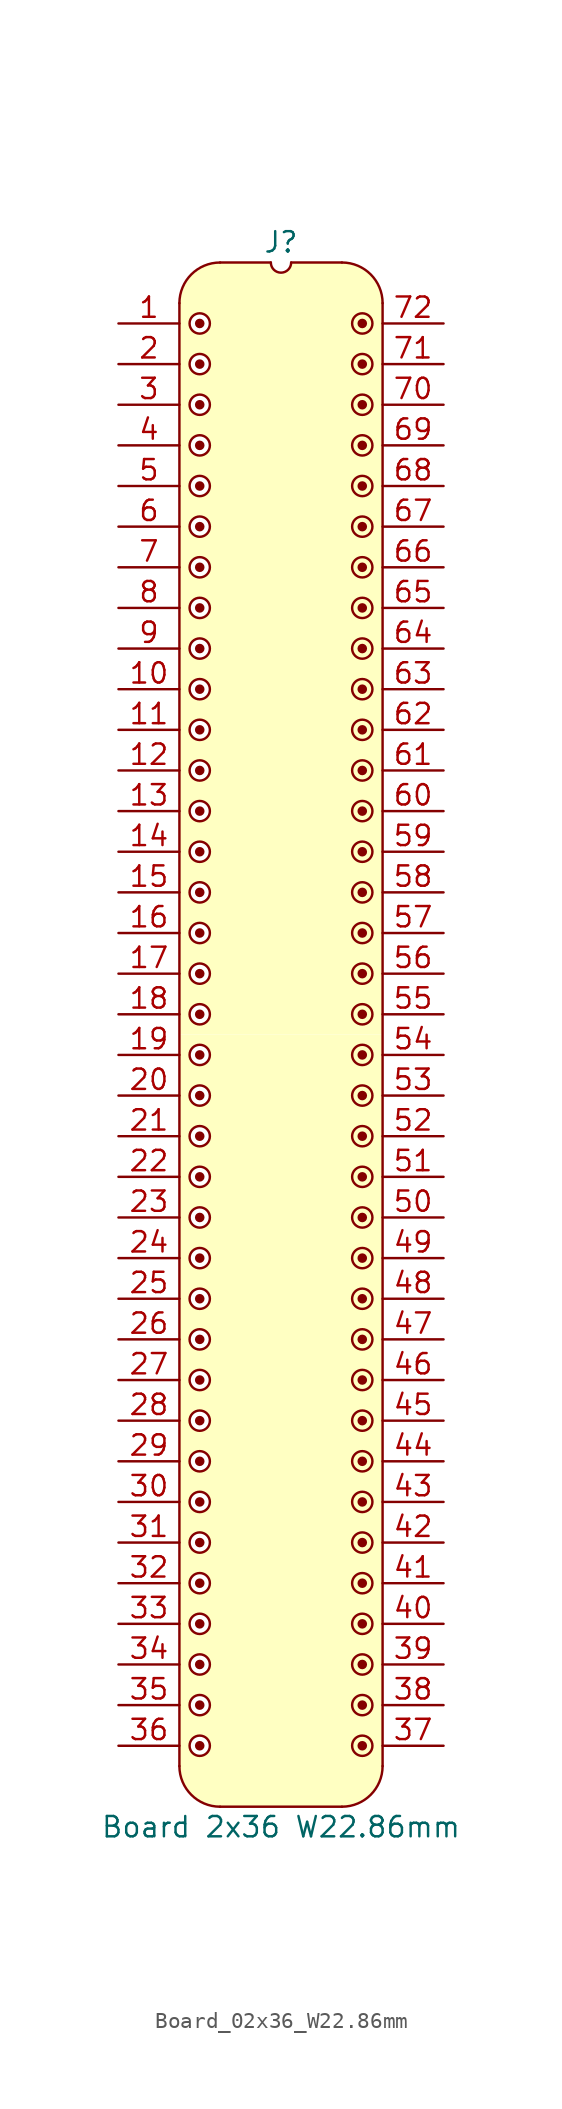
<source format=kicad_sym>
(kicad_symbol_lib
  (version 20241209)
  (generator "kicad_symbol_editor")
  (generator_version "9.0")
  (symbol "Board_02x36_W22.86mm"
    (pin_names
      (offset 1.016)
      (hide yes))
    (property "Reference" "J"
      (at 0 5.08 0)
      (effects (font (size 1.27 1.27))))
    (property "Value" "Board 2x36 W22.86mm"
      (at 0 -93.98 0)
      (effects (font (size 1.27 1.27))))
    (symbol "Board_02x36_W22.86mm_0_1"
      (polyline (pts (xy -6.35 1.27) (xy -6.35 -90.17)) (stroke (width 0) (type default)) (fill (type none)))
      (arc (start -3.8102 -92.7098) (mid -5.6063 -91.9659) (end -6.3502 -90.1698) (stroke (width 0) (type default)) (fill (type none)))
      (arc (start -6.35 1.27) (mid -5.6061 3.0661) (end -3.81 3.81) (stroke (width 0) (type default)) (fill (type none)))
      (polyline (pts (xy -3.81 3.81) (xy -0.635 3.81)) (stroke (width 0) (type default)) (fill (type none)))
      (arc (start 0.635 3.81) (mid 0 3.175) (end -0.635 3.81) (stroke (width 0) (type default)) (fill (type none)))
      (polyline (pts (xy 0.635 3.81) (xy 3.81 3.81)) (stroke (width 0) (type default)) (fill (type none)))
      (polyline (pts (xy 3.81 -92.71) (xy -3.81 -92.71)) (stroke (width 0) (type default)) (fill (type none)))
      (arc (start 3.81 3.81) (mid 5.6061 3.0661) (end 6.35 1.27) (stroke (width 0) (type default)) (fill (type none)))
      (arc (start 6.3498 -90.1698) (mid 5.6059 -91.9659) (end 3.8098 -92.7098) (stroke (width 0) (type default)) (fill (type none)))
      (polyline (pts (xy 6.35 -90.17) (xy 6.35 1.27)) (stroke (width 0) (type default)) (fill (type none))))
    (symbol "Board_02x36_W22.86mm_1_1"
      (polyline (pts (xy -6.35 1.27) (xy -6.096 2.286) (xy -5.588 3.048) (xy -4.826 3.556) (xy -4.064 3.81) (xy -0.762 3.81) (xy -0.508 3.302) (xy 0 3.048) (xy 0 -44.45) (xy -6.35 -44.45) (xy -6.35 1.27)) (stroke (width -0.0001) (type solid)) (fill (type background)))
      (polyline (pts (xy -6.35 -44.45) (xy 0 -44.45) (xy 0 -92.71) (xy -3.81 -92.71) (xy -4.826 -92.456) (xy -5.588 -91.948) (xy -6.096 -91.186) (xy -6.35 -90.17) (xy -6.35 -49.53)) (stroke (width -0.0001) (type solid)) (fill (type background)))
      (circle (center -5.08 0) (radius 0.0001) (stroke (width 0.3) (type solid)) (fill (type none)))
      (circle (center -5.08 0) (radius 0.635) (stroke (width 0) (type solid)) (fill (type color) (color 255 255 255 1)))
      (circle (center -5.08 -2.54) (radius 0.0001) (stroke (width 0.3) (type solid)) (fill (type none)))
      (circle (center -5.08 -2.54) (radius 0.635) (stroke (width 0) (type solid)) (fill (type color) (color 255 255 255 1)))
      (circle (center -5.08 -5.08) (radius 0.0001) (stroke (width 0.3) (type solid)) (fill (type none)))
      (circle (center -5.08 -5.08) (radius 0.635) (stroke (width 0) (type solid)) (fill (type color) (color 255 255 255 1)))
      (circle (center -5.08 -7.62) (radius 0.0001) (stroke (width 0.3) (type solid)) (fill (type none)))
      (circle (center -5.08 -7.62) (radius 0.635) (stroke (width 0) (type solid)) (fill (type color) (color 255 255 255 1)))
      (circle (center -5.08 -10.16) (radius 0.0001) (stroke (width 0.3) (type solid)) (fill (type none)))
      (circle (center -5.08 -10.16) (radius 0.635) (stroke (width 0) (type solid)) (fill (type color) (color 255 255 255 1)))
      (circle (center -5.08 -12.7) (radius 0.0001) (stroke (width 0.3) (type solid)) (fill (type none)))
      (circle (center -5.08 -12.7) (radius 0.635) (stroke (width 0) (type solid)) (fill (type color) (color 255 255 255 1)))
      (circle (center -5.08 -15.24) (radius 0.0001) (stroke (width 0.3) (type solid)) (fill (type none)))
      (circle (center -5.08 -15.24) (radius 0.635) (stroke (width 0) (type solid)) (fill (type color) (color 255 255 255 1)))
      (circle (center -5.08 -17.78) (radius 0.0001) (stroke (width 0.3) (type solid)) (fill (type none)))
      (circle (center -5.08 -17.78) (radius 0.635) (stroke (width 0) (type solid)) (fill (type color) (color 255 255 255 1)))
      (circle (center -5.08 -20.32) (radius 0.0001) (stroke (width 0.3) (type solid)) (fill (type none)))
      (circle (center -5.08 -20.32) (radius 0.635) (stroke (width 0) (type solid)) (fill (type color) (color 255 255 255 1)))
      (circle (center -5.08 -22.86) (radius 0.0001) (stroke (width 0.3) (type solid)) (fill (type none)))
      (circle (center -5.08 -22.86) (radius 0.635) (stroke (width 0) (type solid)) (fill (type color) (color 255 255 255 1)))
      (circle (center -5.08 -25.4) (radius 0.0001) (stroke (width 0.3) (type solid)) (fill (type none)))
      (circle (center -5.08 -25.4) (radius 0.635) (stroke (width 0) (type solid)) (fill (type color) (color 255 255 255 1)))
      (circle (center -5.08 -27.94) (radius 0.0001) (stroke (width 0.3) (type solid)) (fill (type none)))
      (circle (center -5.08 -27.94) (radius 0.635) (stroke (width 0) (type solid)) (fill (type color) (color 255 255 255 1)))
      (circle (center -5.08 -30.48) (radius 0.0001) (stroke (width 0.3) (type solid)) (fill (type none)))
      (circle (center -5.08 -30.48) (radius 0.635) (stroke (width 0) (type solid)) (fill (type color) (color 255 255 255 1)))
      (circle (center -5.08 -33.02) (radius 0.0001) (stroke (width 0.3) (type solid)) (fill (type none)))
      (circle (center -5.08 -33.02) (radius 0.635) (stroke (width 0) (type solid)) (fill (type color) (color 255 255 255 1)))
      (circle (center -5.08 -35.56) (radius 0.0001) (stroke (width 0.3) (type solid)) (fill (type none)))
      (circle (center -5.08 -35.56) (radius 0.635) (stroke (width 0) (type solid)) (fill (type color) (color 255 255 255 1)))
      (circle (center -5.08 -38.1) (radius 0.0001) (stroke (width 0.3) (type solid)) (fill (type none)))
      (circle (center -5.08 -38.1) (radius 0.635) (stroke (width 0) (type solid)) (fill (type color) (color 255 255 255 1)))
      (circle (center -5.08 -40.64) (radius 0.0001) (stroke (width 0.3) (type solid)) (fill (type none)))
      (circle (center -5.08 -40.64) (radius 0.635) (stroke (width 0) (type solid)) (fill (type color) (color 255 255 255 1)))
      (circle (center -5.08 -43.18) (radius 0.0001) (stroke (width 0.3) (type solid)) (fill (type none)))
      (circle (center -5.08 -43.18) (radius 0.635) (stroke (width 0) (type solid)) (fill (type color) (color 255 255 255 1)))
      (circle (center -5.08 -45.72) (radius 0.0001) (stroke (width 0.3) (type solid)) (fill (type none)))
      (circle (center -5.08 -45.72) (radius 0.635) (stroke (width 0) (type solid)) (fill (type color) (color 255 255 255 1)))
      (circle (center -5.08 -48.26) (radius 0.0001) (stroke (width 0.3) (type solid)) (fill (type none)))
      (circle (center -5.08 -48.26) (radius 0.635) (stroke (width 0) (type solid)) (fill (type color) (color 255 255 255 1)))
      (circle (center -5.08 -50.8) (radius 0.0001) (stroke (width 0.3) (type solid)) (fill (type none)))
      (circle (center -5.08 -50.8) (radius 0.635) (stroke (width 0) (type solid)) (fill (type color) (color 255 255 255 1)))
      (circle (center -5.08 -53.34) (radius 0.0001) (stroke (width 0.3) (type solid)) (fill (type none)))
      (circle (center -5.08 -53.34) (radius 0.635) (stroke (width 0) (type solid)) (fill (type color) (color 255 255 255 1)))
      (circle (center -5.08 -55.88) (radius 0.0001) (stroke (width 0.3) (type solid)) (fill (type none)))
      (circle (center -5.08 -55.88) (radius 0.635) (stroke (width 0) (type solid)) (fill (type color) (color 255 255 255 1)))
      (circle (center -5.08 -58.42) (radius 0.0001) (stroke (width 0.3) (type solid)) (fill (type none)))
      (circle (center -5.08 -58.42) (radius 0.635) (stroke (width 0) (type solid)) (fill (type color) (color 255 255 255 1)))
      (circle (center -5.08 -60.96) (radius 0.0001) (stroke (width 0.3) (type solid)) (fill (type none)))
      (circle (center -5.08 -60.96) (radius 0.635) (stroke (width 0) (type solid)) (fill (type color) (color 255 255 255 1)))
      (circle (center -5.08 -63.5) (radius 0.0001) (stroke (width 0.3) (type solid)) (fill (type none)))
      (circle (center -5.08 -63.5) (radius 0.635) (stroke (width 0) (type solid)) (fill (type color) (color 255 255 255 1)))
      (circle (center -5.08 -66.04) (radius 0.0001) (stroke (width 0.3) (type solid)) (fill (type none)))
      (circle (center -5.08 -66.04) (radius 0.635) (stroke (width 0) (type solid)) (fill (type color) (color 255 255 255 1)))
      (circle (center -5.08 -68.58) (radius 0.0001) (stroke (width 0.3) (type solid)) (fill (type none)))
      (circle (center -5.08 -68.58) (radius 0.635) (stroke (width 0) (type solid)) (fill (type color) (color 255 255 255 1)))
      (circle (center -5.08 -71.12) (radius 0.0001) (stroke (width 0.3) (type solid)) (fill (type none)))
      (circle (center -5.08 -71.12) (radius 0.635) (stroke (width 0) (type solid)) (fill (type color) (color 255 255 255 1)))
      (circle (center -5.08 -73.66) (radius 0.0001) (stroke (width 0.3) (type solid)) (fill (type none)))
      (circle (center -5.08 -73.66) (radius 0.635) (stroke (width 0) (type solid)) (fill (type color) (color 255 255 255 1)))
      (circle (center -5.08 -76.2) (radius 0.0001) (stroke (width 0.3) (type solid)) (fill (type none)))
      (circle (center -5.08 -76.2) (radius 0.635) (stroke (width 0) (type solid)) (fill (type color) (color 255 255 255 1)))
      (circle (center -5.08 -78.74) (radius 0.0001) (stroke (width 0.3) (type solid)) (fill (type none)))
      (circle (center -5.08 -78.74) (radius 0.635) (stroke (width 0) (type solid)) (fill (type color) (color 255 255 255 1)))
      (circle (center -5.08 -81.28) (radius 0.0001) (stroke (width 0.3) (type solid)) (fill (type none)))
      (circle (center -5.08 -81.28) (radius 0.635) (stroke (width 0) (type solid)) (fill (type color) (color 255 255 255 1)))
      (circle (center -5.08 -83.82) (radius 0.0001) (stroke (width 0.3) (type solid)) (fill (type none)))
      (circle (center -5.08 -83.82) (radius 0.635) (stroke (width 0) (type solid)) (fill (type color) (color 255 255 255 1)))
      (circle (center -5.08 -86.36) (radius 0.0001) (stroke (width 0.3) (type solid)) (fill (type none)))
      (circle (center -5.08 -86.36) (radius 0.635) (stroke (width 0) (type solid)) (fill (type color) (color 255 255 255 1)))
      (circle (center -5.08 -88.9) (radius 0.0001) (stroke (width 0.3) (type solid)) (fill (type none)))
      (circle (center -5.08 -88.9) (radius 0.635) (stroke (width 0) (type solid)) (fill (type color) (color 255 255 255 1)))
      (circle (center 5.08 0) (radius 0.0001) (stroke (width 0.3) (type solid)) (fill (type none)))
      (circle (center 5.08 0) (radius 0.635) (stroke (width 0) (type solid)) (fill (type color) (color 255 255 255 1)))
      (circle (center 5.08 -2.54) (radius 0.0001) (stroke (width 0.3) (type solid)) (fill (type none)))
      (circle (center 5.08 -2.54) (radius 0.635) (stroke (width 0) (type solid)) (fill (type color) (color 255 255 255 1)))
      (circle (center 5.08 -5.08) (radius 0.0001) (stroke (width 0.3) (type solid)) (fill (type none)))
      (circle (center 5.08 -5.08) (radius 0.635) (stroke (width 0) (type solid)) (fill (type color) (color 255 255 255 1)))
      (circle (center 5.08 -7.62) (radius 0.0001) (stroke (width 0.3) (type solid)) (fill (type none)))
      (circle (center 5.08 -7.62) (radius 0.635) (stroke (width 0) (type solid)) (fill (type color) (color 255 255 255 1)))
      (circle (center 5.08 -10.16) (radius 0.0001) (stroke (width 0.3) (type solid)) (fill (type none)))
      (circle (center 5.08 -10.16) (radius 0.635) (stroke (width 0) (type solid)) (fill (type color) (color 255 255 255 1)))
      (circle (center 5.08 -12.7) (radius 0.0001) (stroke (width 0.3) (type solid)) (fill (type none)))
      (circle (center 5.08 -12.7) (radius 0.635) (stroke (width 0) (type solid)) (fill (type color) (color 255 255 255 1)))
      (circle (center 5.08 -15.24) (radius 0.0001) (stroke (width 0.3) (type solid)) (fill (type none)))
      (circle (center 5.08 -15.24) (radius 0.635) (stroke (width 0) (type solid)) (fill (type color) (color 255 255 255 1)))
      (circle (center 5.08 -17.78) (radius 0.0001) (stroke (width 0.3) (type solid)) (fill (type none)))
      (circle (center 5.08 -17.78) (radius 0.635) (stroke (width 0) (type solid)) (fill (type color) (color 255 255 255 1)))
      (circle (center 5.08 -20.32) (radius 0.0001) (stroke (width 0.3) (type solid)) (fill (type none)))
      (circle (center 5.08 -20.32) (radius 0.635) (stroke (width 0) (type solid)) (fill (type color) (color 255 255 255 1)))
      (circle (center 5.08 -22.86) (radius 0.0001) (stroke (width 0.3) (type solid)) (fill (type none)))
      (circle (center 5.08 -22.86) (radius 0.635) (stroke (width 0) (type solid)) (fill (type color) (color 255 255 255 1)))
      (circle (center 5.08 -25.4) (radius 0.0001) (stroke (width 0.3) (type solid)) (fill (type none)))
      (circle (center 5.08 -25.4) (radius 0.635) (stroke (width 0) (type solid)) (fill (type color) (color 255 255 255 1)))
      (circle (center 5.08 -27.94) (radius 0.0001) (stroke (width 0.3) (type solid)) (fill (type none)))
      (circle (center 5.08 -27.94) (radius 0.635) (stroke (width 0) (type solid)) (fill (type color) (color 255 255 255 1)))
      (circle (center 5.08 -30.48) (radius 0.0001) (stroke (width 0.3) (type solid)) (fill (type none)))
      (circle (center 5.08 -30.48) (radius 0.635) (stroke (width 0) (type solid)) (fill (type color) (color 255 255 255 1)))
      (circle (center 5.08 -33.02) (radius 0.0001) (stroke (width 0.3) (type solid)) (fill (type none)))
      (circle (center 5.08 -33.02) (radius 0.635) (stroke (width 0) (type solid)) (fill (type color) (color 255 255 255 1)))
      (circle (center 5.08 -35.56) (radius 0.0001) (stroke (width 0.3) (type solid)) (fill (type none)))
      (circle (center 5.08 -35.56) (radius 0.635) (stroke (width 0) (type solid)) (fill (type color) (color 255 255 255 1)))
      (circle (center 5.08 -38.1) (radius 0.0001) (stroke (width 0.3) (type solid)) (fill (type none)))
      (circle (center 5.08 -38.1) (radius 0.635) (stroke (width 0) (type solid)) (fill (type color) (color 255 255 255 1)))
      (circle (center 5.08 -40.64) (radius 0.0001) (stroke (width 0.3) (type solid)) (fill (type none)))
      (circle (center 5.08 -40.64) (radius 0.635) (stroke (width 0) (type solid)) (fill (type color) (color 255 255 255 1)))
      (circle (center 5.08 -43.18) (radius 0.0001) (stroke (width 0.3) (type solid)) (fill (type none)))
      (circle (center 5.08 -43.18) (radius 0.635) (stroke (width 0) (type solid)) (fill (type color) (color 255 255 255 1)))
      (circle (center 5.08 -45.72) (radius 0.0001) (stroke (width 0.3) (type solid)) (fill (type none)))
      (circle (center 5.08 -45.72) (radius 0.635) (stroke (width 0) (type solid)) (fill (type color) (color 255 255 255 1)))
      (circle (center 5.08 -48.26) (radius 0.0001) (stroke (width 0.3) (type solid)) (fill (type none)))
      (circle (center 5.08 -48.26) (radius 0.635) (stroke (width 0) (type solid)) (fill (type color) (color 255 255 255 1)))
      (circle (center 5.08 -50.8) (radius 0.0001) (stroke (width 0.3) (type solid)) (fill (type none)))
      (circle (center 5.08 -50.8) (radius 0.635) (stroke (width 0) (type solid)) (fill (type color) (color 255 255 255 1)))
      (circle (center 5.08 -53.34) (radius 0.0001) (stroke (width 0.3) (type solid)) (fill (type none)))
      (circle (center 5.08 -53.34) (radius 0.635) (stroke (width 0) (type solid)) (fill (type color) (color 255 255 255 1)))
      (circle (center 5.08 -55.88) (radius 0.0001) (stroke (width 0.3) (type solid)) (fill (type none)))
      (circle (center 5.08 -55.88) (radius 0.635) (stroke (width 0) (type solid)) (fill (type color) (color 255 255 255 1)))
      (circle (center 5.08 -58.42) (radius 0.0001) (stroke (width 0.3) (type solid)) (fill (type none)))
      (circle (center 5.08 -58.42) (radius 0.635) (stroke (width 0) (type solid)) (fill (type color) (color 255 255 255 1)))
      (circle (center 5.08 -60.96) (radius 0.0001) (stroke (width 0.3) (type solid)) (fill (type none)))
      (circle (center 5.08 -60.96) (radius 0.635) (stroke (width 0) (type solid)) (fill (type color) (color 255 255 255 1)))
      (circle (center 5.08 -63.5) (radius 0.0001) (stroke (width 0.3) (type solid)) (fill (type none)))
      (circle (center 5.08 -63.5) (radius 0.635) (stroke (width 0) (type solid)) (fill (type color) (color 255 255 255 1)))
      (circle (center 5.08 -66.04) (radius 0.0001) (stroke (width 0.3) (type solid)) (fill (type none)))
      (circle (center 5.08 -66.04) (radius 0.635) (stroke (width 0) (type solid)) (fill (type color) (color 255 255 255 1)))
      (circle (center 5.08 -68.58) (radius 0.0001) (stroke (width 0.3) (type solid)) (fill (type none)))
      (circle (center 5.08 -68.58) (radius 0.635) (stroke (width 0) (type solid)) (fill (type color) (color 255 255 255 1)))
      (circle (center 5.08 -71.12) (radius 0.0001) (stroke (width 0.3) (type solid)) (fill (type none)))
      (circle (center 5.08 -71.12) (radius 0.635) (stroke (width 0) (type solid)) (fill (type color) (color 255 255 255 1)))
      (circle (center 5.08 -73.66) (radius 0.0001) (stroke (width 0.3) (type solid)) (fill (type none)))
      (circle (center 5.08 -73.66) (radius 0.635) (stroke (width 0) (type solid)) (fill (type color) (color 255 255 255 1)))
      (circle (center 5.08 -76.2) (radius 0.0001) (stroke (width 0.3) (type solid)) (fill (type none)))
      (circle (center 5.08 -76.2) (radius 0.635) (stroke (width 0) (type solid)) (fill (type color) (color 255 255 255 1)))
      (circle (center 5.08 -78.74) (radius 0.0001) (stroke (width 0.3) (type solid)) (fill (type none)))
      (circle (center 5.08 -78.74) (radius 0.635) (stroke (width 0) (type solid)) (fill (type color) (color 255 255 255 1)))
      (circle (center 5.08 -81.28) (radius 0.0001) (stroke (width 0.3) (type solid)) (fill (type none)))
      (circle (center 5.08 -81.28) (radius 0.635) (stroke (width 0) (type solid)) (fill (type color) (color 255 255 255 1)))
      (circle (center 5.08 -83.82) (radius 0.0001) (stroke (width 0.3) (type solid)) (fill (type none)))
      (circle (center 5.08 -83.82) (radius 0.635) (stroke (width 0) (type solid)) (fill (type color) (color 255 255 255 1)))
      (circle (center 5.08 -86.36) (radius 0.0001) (stroke (width 0.3) (type solid)) (fill (type none)))
      (circle (center 5.08 -86.36) (radius 0.635) (stroke (width 0) (type solid)) (fill (type color) (color 255 255 255 1)))
      (circle (center 5.08 -88.9) (radius 0.0001) (stroke (width 0.3) (type solid)) (fill (type none)))
      (circle (center 5.08 -88.9) (radius 0.635) (stroke (width 0) (type solid)) (fill (type color) (color 255 255 255 1)))
      (polyline (pts (xy 6.35 1.27) (xy 6.096 2.286) (xy 5.588 3.048) (xy 4.826 3.556) (xy 4.064 3.81) (xy 0.762 3.81) (xy 0.508 3.302) (xy 0 3.048) (xy 0 -44.45) (xy 6.35 -44.45) (xy 6.35 1.27)) (stroke (width -0.0001) (type solid)) (fill (type background)))
      (polyline (pts (xy 6.35 -44.45) (xy 0 -44.45) (xy 0 -92.71) (xy 3.81 -92.71) (xy 4.826 -92.456) (xy 5.588 -91.948) (xy 6.096 -91.186) (xy 6.35 -90.17)) (stroke (width -0.0001) (type solid)) (fill (type background)))
      (pin passive line (at -10.16 0 0) (length 3.81) (name "" (effects (font (size 1.27 1.27)))) (number "1" (effects (font (size 1.27 1.27)))))
      (pin passive line (at -10.16 -2.54 0) (length 3.81) (name "" (effects (font (size 1.27 1.27)))) (number "2" (effects (font (size 1.27 1.27)))))
      (pin passive line (at -10.16 -5.08 0) (length 3.81) (name "" (effects (font (size 1.27 1.27)))) (number "3" (effects (font (size 1.27 1.27)))))
      (pin passive line (at -10.16 -7.62 0) (length 3.81) (name "" (effects (font (size 1.27 1.27)))) (number "4" (effects (font (size 1.27 1.27)))))
      (pin passive line (at -10.16 -10.16 0) (length 3.81) (name "" (effects (font (size 1.27 1.27)))) (number "5" (effects (font (size 1.27 1.27)))))
      (pin passive line (at -10.16 -12.7 0) (length 3.81) (name "" (effects (font (size 1.27 1.27)))) (number "6" (effects (font (size 1.27 1.27)))))
      (pin passive line (at -10.16 -15.24 0) (length 3.81) (name "" (effects (font (size 1.27 1.27)))) (number "7" (effects (font (size 1.27 1.27)))))
      (pin passive line (at -10.16 -17.78 0) (length 3.81) (name "" (effects (font (size 1.27 1.27)))) (number "8" (effects (font (size 1.27 1.27)))))
      (pin passive line (at -10.16 -20.32 0) (length 3.81) (name "" (effects (font (size 1.27 1.27)))) (number "9" (effects (font (size 1.27 1.27)))))
      (pin passive line (at -10.16 -22.86 0) (length 3.81) (name "" (effects (font (size 1.27 1.27)))) (number "10" (effects (font (size 1.27 1.27)))))
      (pin passive line (at -10.16 -25.4 0) (length 3.81) (name "" (effects (font (size 1.27 1.27)))) (number "11" (effects (font (size 1.27 1.27)))))
      (pin passive line (at -10.16 -27.94 0) (length 3.81) (name "" (effects (font (size 1.27 1.27)))) (number "12" (effects (font (size 1.27 1.27)))))
      (pin passive line (at -10.16 -30.48 0) (length 3.81) (name "" (effects (font (size 1.27 1.27)))) (number "13" (effects (font (size 1.27 1.27)))))
      (pin passive line (at -10.16 -33.02 0) (length 3.81) (name "" (effects (font (size 1.27 1.27)))) (number "14" (effects (font (size 1.27 1.27)))))
      (pin passive line (at -10.16 -35.56 0) (length 3.81) (name "" (effects (font (size 1.27 1.27)))) (number "15" (effects (font (size 1.27 1.27)))))
      (pin passive line (at -10.16 -38.1 0) (length 3.81) (name "" (effects (font (size 1.27 1.27)))) (number "16" (effects (font (size 1.27 1.27)))))
      (pin passive line (at -10.16 -40.64 0) (length 3.81) (name "" (effects (font (size 1.27 1.27)))) (number "17" (effects (font (size 1.27 1.27)))))
      (pin passive line (at -10.16 -43.18 0) (length 3.81) (name "" (effects (font (size 1.27 1.27)))) (number "18" (effects (font (size 1.27 1.27)))))
      (pin passive line (at -10.16 -45.72 0) (length 3.81) (name "" (effects (font (size 1.27 1.27)))) (number "19" (effects (font (size 1.27 1.27)))))
      (pin passive line (at -10.16 -48.26 0) (length 3.81) (name "" (effects (font (size 1.27 1.27)))) (number "20" (effects (font (size 1.27 1.27)))))
      (pin passive line (at -10.16 -50.8 0) (length 3.81) (name "" (effects (font (size 1.27 1.27)))) (number "21" (effects (font (size 1.27 1.27)))))
      (pin passive line (at -10.16 -53.34 0) (length 3.81) (name "" (effects (font (size 1.27 1.27)))) (number "22" (effects (font (size 1.27 1.27)))))
      (pin passive line (at -10.16 -55.88 0) (length 3.81) (name "" (effects (font (size 1.27 1.27)))) (number "23" (effects (font (size 1.27 1.27)))))
      (pin passive line (at -10.16 -58.42 0) (length 3.81) (name "" (effects (font (size 1.27 1.27)))) (number "24" (effects (font (size 1.27 1.27)))))
      (pin passive line (at -10.16 -60.96 0) (length 3.81) (name "" (effects (font (size 1.27 1.27)))) (number "25" (effects (font (size 1.27 1.27)))))
      (pin passive line (at -10.16 -63.5 0) (length 3.81) (name "" (effects (font (size 1.27 1.27)))) (number "26" (effects (font (size 1.27 1.27)))))
      (pin passive line (at -10.16 -66.04 0) (length 3.81) (name "" (effects (font (size 1.27 1.27)))) (number "27" (effects (font (size 1.27 1.27)))))
      (pin passive line (at -10.16 -68.58 0) (length 3.81) (name "" (effects (font (size 1.27 1.27)))) (number "28" (effects (font (size 1.27 1.27)))))
      (pin passive line (at -10.16 -71.12 0) (length 3.81) (name "" (effects (font (size 1.27 1.27)))) (number "29" (effects (font (size 1.27 1.27)))))
      (pin passive line (at -10.16 -73.66 0) (length 3.81) (name "" (effects (font (size 1.27 1.27)))) (number "30" (effects (font (size 1.27 1.27)))))
      (pin passive line (at -10.16 -76.2 0) (length 3.81) (name "" (effects (font (size 1.27 1.27)))) (number "31" (effects (font (size 1.27 1.27)))))
      (pin passive line (at -10.16 -78.74 0) (length 3.81) (name "" (effects (font (size 1.27 1.27)))) (number "32" (effects (font (size 1.27 1.27)))))
      (pin passive line (at -10.16 -81.28 0) (length 3.81) (name "" (effects (font (size 1.27 1.27)))) (number "33" (effects (font (size 1.27 1.27)))))
      (pin passive line (at -10.16 -83.82 0) (length 3.81) (name "" (effects (font (size 1.27 1.27)))) (number "34" (effects (font (size 1.27 1.27)))))
      (pin passive line (at -10.16 -86.36 0) (length 3.81) (name "" (effects (font (size 1.27 1.27)))) (number "35" (effects (font (size 1.27 1.27)))))
      (pin passive line (at -10.16 -88.9 0) (length 3.81) (name "" (effects (font (size 1.27 1.27)))) (number "36" (effects (font (size 1.27 1.27)))))
      (pin passive line (at 10.16 0 180) (length 3.81) (name "" (effects (font (size 1.27 1.27)))) (number "72" (effects (font (size 1.27 1.27)))))
      (pin passive line (at 10.16 -2.54 180) (length 3.81) (name "" (effects (font (size 1.27 1.27)))) (number "71" (effects (font (size 1.27 1.27)))))
      (pin passive line (at 10.16 -5.08 180) (length 3.81) (name "" (effects (font (size 1.27 1.27)))) (number "70" (effects (font (size 1.27 1.27)))))
      (pin passive line (at 10.16 -7.62 180) (length 3.81) (name "" (effects (font (size 1.27 1.27)))) (number "69" (effects (font (size 1.27 1.27)))))
      (pin passive line (at 10.16 -10.16 180) (length 3.81) (name "" (effects (font (size 1.27 1.27)))) (number "68" (effects (font (size 1.27 1.27)))))
      (pin passive line (at 10.16 -12.7 180) (length 3.81) (name "" (effects (font (size 1.27 1.27)))) (number "67" (effects (font (size 1.27 1.27)))))
      (pin passive line (at 10.16 -15.24 180) (length 3.81) (name "" (effects (font (size 1.27 1.27)))) (number "66" (effects (font (size 1.27 1.27)))))
      (pin passive line (at 10.16 -17.78 180) (length 3.81) (name "" (effects (font (size 1.27 1.27)))) (number "65" (effects (font (size 1.27 1.27)))))
      (pin passive line (at 10.16 -20.32 180) (length 3.81) (name "" (effects (font (size 1.27 1.27)))) (number "64" (effects (font (size 1.27 1.27)))))
      (pin passive line (at 10.16 -22.86 180) (length 3.81) (name "" (effects (font (size 1.27 1.27)))) (number "63" (effects (font (size 1.27 1.27)))))
      (pin passive line (at 10.16 -25.4 180) (length 3.81) (name "" (effects (font (size 1.27 1.27)))) (number "62" (effects (font (size 1.27 1.27)))))
      (pin passive line (at 10.16 -27.94 180) (length 3.81) (name "" (effects (font (size 1.27 1.27)))) (number "61" (effects (font (size 1.27 1.27)))))
      (pin passive line (at 10.16 -30.48 180) (length 3.81) (name "" (effects (font (size 1.27 1.27)))) (number "60" (effects (font (size 1.27 1.27)))))
      (pin passive line (at 10.16 -33.02 180) (length 3.81) (name "" (effects (font (size 1.27 1.27)))) (number "59" (effects (font (size 1.27 1.27)))))
      (pin passive line (at 10.16 -35.56 180) (length 3.81) (name "" (effects (font (size 1.27 1.27)))) (number "58" (effects (font (size 1.27 1.27)))))
      (pin passive line (at 10.16 -38.1 180) (length 3.81) (name "" (effects (font (size 1.27 1.27)))) (number "57" (effects (font (size 1.27 1.27)))))
      (pin passive line (at 10.16 -40.64 180) (length 3.81) (name "" (effects (font (size 1.27 1.27)))) (number "56" (effects (font (size 1.27 1.27)))))
      (pin passive line (at 10.16 -43.18 180) (length 3.81) (name "" (effects (font (size 1.27 1.27)))) (number "55" (effects (font (size 1.27 1.27)))))
      (pin passive line (at 10.16 -45.72 180) (length 3.81) (name "" (effects (font (size 1.27 1.27)))) (number "54" (effects (font (size 1.27 1.27)))))
      (pin passive line (at 10.16 -48.26 180) (length 3.81) (name "" (effects (font (size 1.27 1.27)))) (number "53" (effects (font (size 1.27 1.27)))))
      (pin passive line (at 10.16 -50.8 180) (length 3.81) (name "" (effects (font (size 1.27 1.27)))) (number "52" (effects (font (size 1.27 1.27)))))
      (pin passive line (at 10.16 -53.34 180) (length 3.81) (name "" (effects (font (size 1.27 1.27)))) (number "51" (effects (font (size 1.27 1.27)))))
      (pin passive line (at 10.16 -55.88 180) (length 3.81) (name "" (effects (font (size 1.27 1.27)))) (number "50" (effects (font (size 1.27 1.27)))))
      (pin passive line (at 10.16 -58.42 180) (length 3.81) (name "" (effects (font (size 1.27 1.27)))) (number "49" (effects (font (size 1.27 1.27)))))
      (pin passive line (at 10.16 -60.96 180) (length 3.81) (name "" (effects (font (size 1.27 1.27)))) (number "48" (effects (font (size 1.27 1.27)))))
      (pin passive line (at 10.16 -63.5 180) (length 3.81) (name "" (effects (font (size 1.27 1.27)))) (number "47" (effects (font (size 1.27 1.27)))))
      (pin passive line (at 10.16 -66.04 180) (length 3.81) (name "" (effects (font (size 1.27 1.27)))) (number "46" (effects (font (size 1.27 1.27)))))
      (pin passive line (at 10.16 -68.58 180) (length 3.81) (name "" (effects (font (size 1.27 1.27)))) (number "45" (effects (font (size 1.27 1.27)))))
      (pin passive line (at 10.16 -71.12 180) (length 3.81) (name "" (effects (font (size 1.27 1.27)))) (number "44" (effects (font (size 1.27 1.27)))))
      (pin passive line (at 10.16 -73.66 180) (length 3.81) (name "" (effects (font (size 1.27 1.27)))) (number "43" (effects (font (size 1.27 1.27)))))
      (pin passive line (at 10.16 -76.2 180) (length 3.81) (name "" (effects (font (size 1.27 1.27)))) (number "42" (effects (font (size 1.27 1.27)))))
      (pin passive line (at 10.16 -78.74 180) (length 3.81) (name "" (effects (font (size 1.27 1.27)))) (number "41" (effects (font (size 1.27 1.27)))))
      (pin passive line (at 10.16 -81.28 180) (length 3.81) (name "" (effects (font (size 1.27 1.27)))) (number "40" (effects (font (size 1.27 1.27)))))
      (pin passive line (at 10.16 -83.82 180) (length 3.81) (name "" (effects (font (size 1.27 1.27)))) (number "39" (effects (font (size 1.27 1.27)))))
      (pin passive line (at 10.16 -86.36 180) (length 3.81) (name "" (effects (font (size 1.27 1.27)))) (number "38" (effects (font (size 1.27 1.27)))))
      (pin passive line (at 10.16 -88.9 180) (length 3.81) (name "" (effects (font (size 1.27 1.27)))) (number "37" (effects (font (size 1.27 1.27))))))))
</source>
